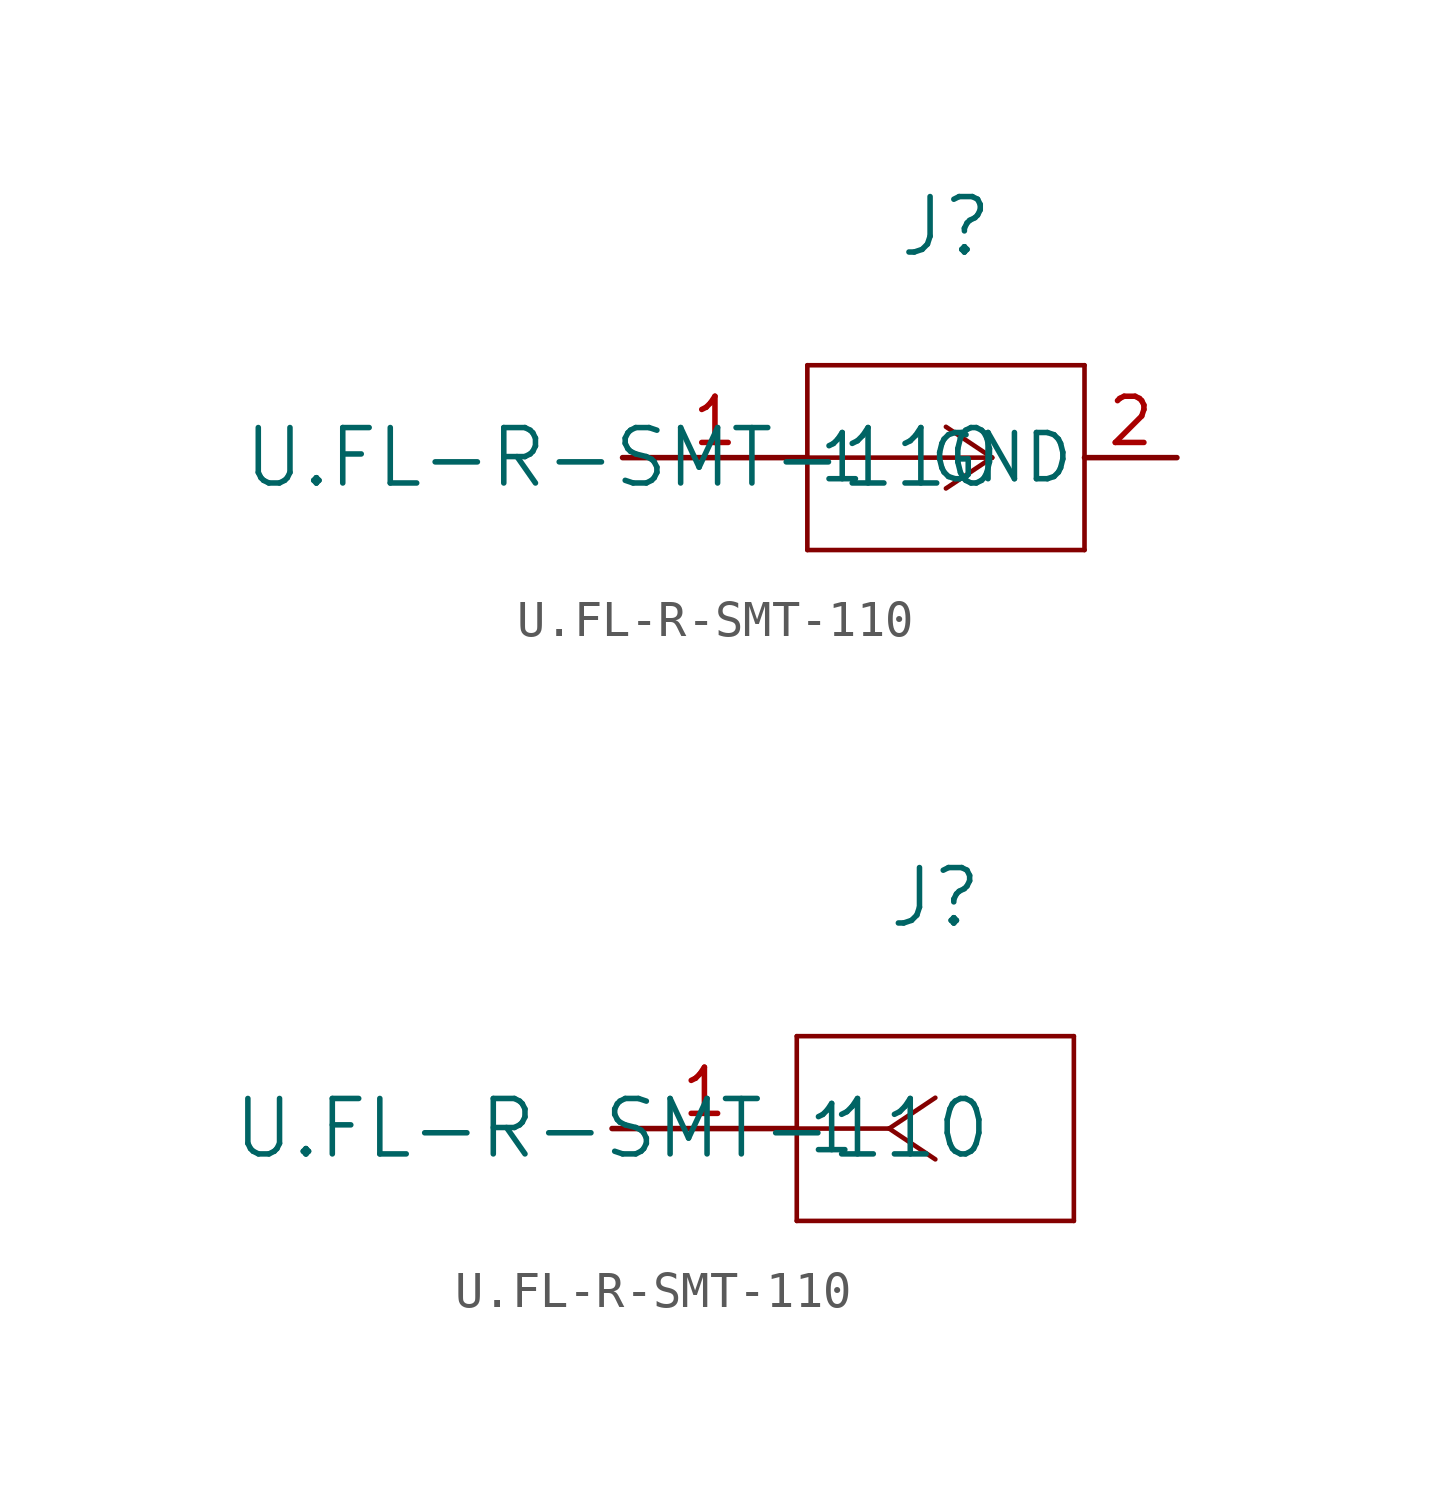
<source format=kicad_sym>
(kicad_symbol_lib
  (version 20231120)
  (generator "kicad_symbol_editor")
  (generator_version "8.0")
  (symbol "U.FL-R-SMT-110"
    (pin_names
      (offset 0.254))
    (property "Reference" "J"
      (at 8.89 6.35 0)
      (effects (font (size 1.524 1.524))))
    (property "Value" "U.FL-R-SMT-110"
      (at 0 0 0)
      (effects (font (size 1.524 1.524))))
    (property "ki_locked" ""
      (at 0 0 0)
      (effects (font (size 1.27 1.27))))
    (symbol "U.FL-R-SMT-110_1_1"
      (polyline (pts (xy 5.08 -2.54) (xy 12.7 -2.54)) (stroke (width 0.127) (type default)) (fill (type none)))
      (polyline (pts (xy 5.08 2.54) (xy 5.08 -2.54)) (stroke (width 0.127) (type default)) (fill (type none)))
      (polyline (pts (xy 10.16 0) (xy 5.08 0)) (stroke (width 0.127) (type default)) (fill (type none)))
      (polyline (pts (xy 10.16 0) (xy 8.89 -0.847)) (stroke (width 0.127) (type default)) (fill (type none)))
      (polyline (pts (xy 10.16 0) (xy 8.89 0.847)) (stroke (width 0.127) (type default)) (fill (type none)))
      (polyline (pts (xy 12.7 -2.54) (xy 12.7 2.54)) (stroke (width 0.127) (type default)) (fill (type none)))
      (polyline (pts (xy 12.7 2.54) (xy 5.08 2.54)) (stroke (width 0.127) (type default)) (fill (type none)))
      (pin unspecified line (at 0 0 0) (length 5.08) (name "1" (effects (font (size 1.27 1.27)))) (number "1" (effects (font (size 1.27 1.27)))))
      (pin input line (at 15.24 0 180) (length 2.54) (name "GND" (effects (font (size 1.27 1.27)))) (number "2" (effects (font (size 1.27 1.27))))))
    (symbol "U.FL-R-SMT-110_1_2"
      (polyline (pts (xy 5.08 -2.54) (xy 12.7 -2.54)) (stroke (width 0.127) (type default)) (fill (type none)))
      (polyline (pts (xy 5.08 2.54) (xy 5.08 -2.54)) (stroke (width 0.127) (type default)) (fill (type none)))
      (polyline (pts (xy 7.62 0) (xy 5.08 0)) (stroke (width 0.127) (type default)) (fill (type none)))
      (polyline (pts (xy 7.62 0) (xy 8.89 -0.847)) (stroke (width 0.127) (type default)) (fill (type none)))
      (polyline (pts (xy 7.62 0) (xy 8.89 0.847)) (stroke (width 0.127) (type default)) (fill (type none)))
      (polyline (pts (xy 12.7 -2.54) (xy 12.7 2.54)) (stroke (width 0.127) (type default)) (fill (type none)))
      (polyline (pts (xy 12.7 2.54) (xy 5.08 2.54)) (stroke (width 0.127) (type default)) (fill (type none)))
      (pin unspecified line (at 0 0 0) (length 5.08) (name "1" (effects (font (size 1.27 1.27)))) (number "1" (effects (font (size 1.27 1.27))))))))
</source>
